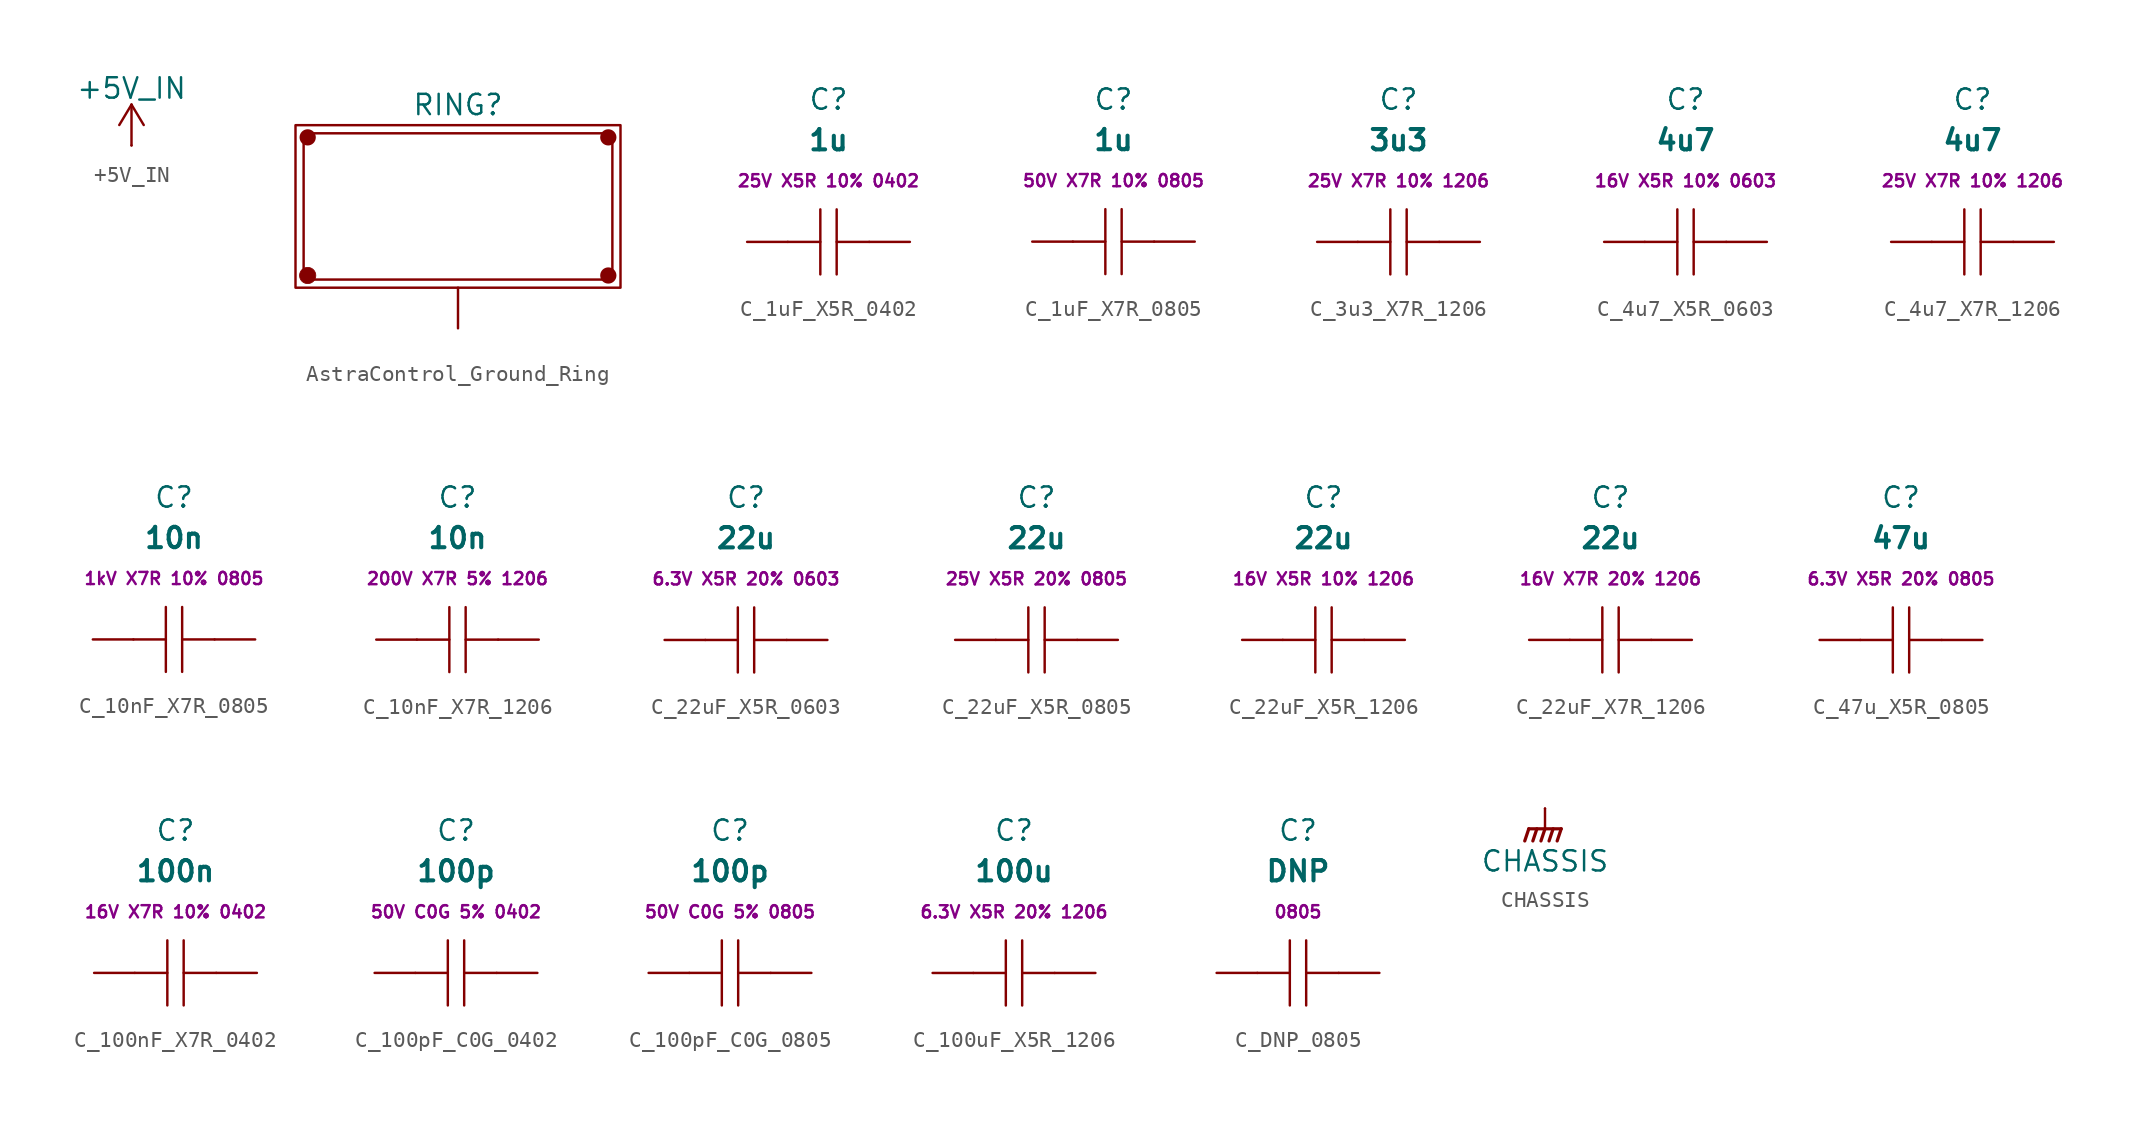
<source format=kicad_sym>
(kicad_symbol_lib
  (version 20231120)
  (generator "kicad_symbol_editor")
  (generator_version "8.0")
  (symbol "+5V_IN"
    (power)
    (pin_numbers hide)
    (pin_names
      (offset 0) hide)
    (property "Reference" "#PWR"
      (at 0 -3.81 0)
      (effects (font (size 1.27 1.27)) (hide yes)))
    (property "Value" "+5V_IN"
      (at 0 3.556 0)
      (effects (font (size 1.27 1.27))))
    (symbol "+5V_IN_0_1"
      (polyline (pts (xy -0.762 1.27) (xy 0 2.54)) (stroke (width 0) (type default)) (fill (type none)))
      (polyline (pts (xy 0 0) (xy 0 2.54)) (stroke (width 0) (type default)) (fill (type none)))
      (polyline (pts (xy 0 2.54) (xy 0.762 1.27)) (stroke (width 0) (type default)) (fill (type none))))
    (symbol "+5V_IN_1_1"
      (pin power_in line (at 0 0 90) (length 0) (name "~" (effects (font (size 1.27 1.27)))) (number "1" (effects (font (size 1.27 1.27)))))))
  (symbol "AstraControl_Ground_Ring"
    (pin_numbers hide)
    (pin_names hide)
    (property "Reference" "RING"
      (at 0 6.35 0)
      (effects (font (size 1.27 1.27))))
    (property "Value" ""
      (at 0 6.35 0)
      (effects (font (size 1.27 1.27))))
    (symbol "AstraControl_Ground_Ring_0_1"
      (rectangle (start -10.16 5.08) (end 10.16 -5.08) (stroke (width 0) (type default)) (fill (type none)))
      (rectangle (start -9.652 4.572) (end 9.652 -4.572) (stroke (width 0) (type default)) (fill (type none))))
    (symbol "AstraControl_Ground_Ring_1_1"
      (circle (center -9.398 -4.318) (radius 0.508) (stroke (width 0.051) (type default)) (fill (type outline)))
      (circle (center -9.398 4.318) (radius 0.508) (stroke (width -0.0001) (type default)) (fill (type outline)))
      (circle (center 9.398 -4.318) (radius 0.508) (stroke (width -0.0001) (type default)) (fill (type outline)))
      (circle (center 9.398 4.318) (radius 0.508) (stroke (width -0.0001) (type default)) (fill (type outline)))
      (pin passive line (at 0 -7.62 90) (length 2.54) (name "2" (effects (font (size 1.27 1.27)))) (number "1" (effects (font (size 1.27 1.27)))))))
  (symbol "C_1uF_X5R_0402"
    (pin_numbers hide)
    (pin_names hide)
    (property "Reference" "C"
      (at 0 8.89 0)
      (effects (font (size 1.27 1.27))))
    (property "Value" "1u"
      (at 0 6.35 0)
      (effects (font (size 1.27 1.27) (bold yes))))
    (property "Extra Values" "25V X5R 10% 0402"
      (at 0 3.81 0)
      (effects (font (size 0.762 0.762) (bold yes))))
    (symbol "C_1uF_X5R_0402_0_1"
      (polyline (pts (xy -0.51 -2.03) (xy -0.51 2.03)) (stroke (width 0) (type default)) (fill (type none)))
      (polyline (pts (xy -0.51 0) (xy -2.54 0)) (stroke (width 0) (type default)) (fill (type none)))
      (polyline (pts (xy 0.51 2.03) (xy 0.51 -2.03)) (stroke (width 0) (type default)) (fill (type none)))
      (polyline (pts (xy 2.54 0) (xy 0.51 0)) (stroke (width 0) (type default)) (fill (type none))))
    (symbol "C_1uF_X5R_0402_1_1"
      (pin passive line (at -5.08 0 0) (length 2.54) (name "1" (effects (font (size 1.27 1.27)))) (number "1" (effects (font (size 1.27 1.27)))))
      (pin passive line (at 5.08 0 180) (length 2.54) (name "2" (effects (font (size 1.27 1.27)))) (number "2" (effects (font (size 1.27 1.27)))))))
  (symbol "C_1uF_X7R_0805"
    (pin_numbers hide)
    (pin_names hide)
    (property "Reference" "C"
      (at 0 8.89 0)
      (effects (font (size 1.27 1.27))))
    (property "Value" "1u"
      (at 0 6.35 0)
      (effects (font (size 1.27 1.27) (bold yes))))
    (property "Extra Values" "50V X7R 10% 0805"
      (at 0 3.81 0)
      (effects (font (size 0.762 0.762))))
    (symbol "C_1uF_X7R_0805_0_1"
      (polyline (pts (xy -2.54 0) (xy -0.51 0)) (stroke (width 0) (type default)) (fill (type none)))
      (polyline (pts (xy -0.51 2.03) (xy -0.51 -2.03)) (stroke (width 0) (type default)) (fill (type none)))
      (polyline (pts (xy 0.51 0) (xy 2.54 0)) (stroke (width 0) (type default)) (fill (type none)))
      (polyline (pts (xy 0.51 2.03) (xy 0.51 -2.03)) (stroke (width 0) (type default)) (fill (type none))))
    (symbol "C_1uF_X7R_0805_1_1"
      (pin passive line (at -5.08 0 0) (length 2.54) (name "1" (effects (font (size 1.27 1.27)))) (number "1" (effects (font (size 1.27 1.27)))))
      (pin passive line (at 5.08 0 180) (length 2.54) (name "2" (effects (font (size 1.27 1.27)))) (number "2" (effects (font (size 1.27 1.27)))))))
  (symbol "C_3u3_X7R_1206"
    (pin_numbers hide)
    (pin_names hide)
    (property "Reference" "C"
      (at 0 8.89 0)
      (effects (font (size 1.27 1.27))))
    (property "Value" "3u3"
      (at 0 6.35 0)
      (effects (font (size 1.27 1.27) (bold yes))))
    (property "Extra Values" "25V X7R 10% 1206"
      (at 0 3.81 0)
      (effects (font (size 0.762 0.762) (bold yes))))
    (symbol "C_3u3_X7R_1206_0_1"
      (polyline (pts (xy -0.51 -2.03) (xy -0.51 2.03)) (stroke (width 0) (type default)) (fill (type none)))
      (polyline (pts (xy -0.51 0) (xy -2.54 0)) (stroke (width 0) (type default)) (fill (type none)))
      (polyline (pts (xy 0.51 2.03) (xy 0.51 -2.03)) (stroke (width 0) (type default)) (fill (type none)))
      (polyline (pts (xy 2.54 0) (xy 0.51 0)) (stroke (width 0) (type default)) (fill (type none))))
    (symbol "C_3u3_X7R_1206_1_1"
      (pin passive line (at -5.08 0 0) (length 2.54) (name "1" (effects (font (size 1.27 1.27)))) (number "1" (effects (font (size 1.27 1.27)))))
      (pin passive line (at 5.08 0 180) (length 2.54) (name "2" (effects (font (size 1.27 1.27)))) (number "2" (effects (font (size 1.27 1.27)))))))
  (symbol "C_4u7_X5R_0603"
    (pin_numbers hide)
    (pin_names hide)
    (property "Reference" "C"
      (at 0 8.89 0)
      (effects (font (size 1.27 1.27))))
    (property "Value" "4u7"
      (at 0 6.35 0)
      (effects (font (size 1.27 1.27) (bold yes))))
    (property "Extra Values" "16V X5R 10% 0603"
      (at 0 3.81 0)
      (effects (font (size 0.762 0.762) (bold yes))))
    (symbol "C_4u7_X5R_0603_0_1"
      (polyline (pts (xy -2.54 0) (xy -0.51 0)) (stroke (width 0) (type default)) (fill (type none)))
      (polyline (pts (xy -0.51 2.03) (xy -0.51 -2.03)) (stroke (width 0) (type default)) (fill (type none)))
      (polyline (pts (xy 0.51 0) (xy 2.54 0)) (stroke (width 0) (type default)) (fill (type none)))
      (polyline (pts (xy 0.51 2.03) (xy 0.51 -2.03)) (stroke (width 0) (type default)) (fill (type none))))
    (symbol "C_4u7_X5R_0603_1_1"
      (pin passive line (at -5.08 0 0) (length 2.54) (name "1" (effects (font (size 1.27 1.27)))) (number "1" (effects (font (size 1.27 1.27)))))
      (pin passive line (at 5.08 0 180) (length 2.54) (name "2" (effects (font (size 1.27 1.27)))) (number "2" (effects (font (size 1.27 1.27)))))))
  (symbol "C_4u7_X7R_1206"
    (pin_numbers hide)
    (pin_names hide)
    (property "Reference" "C"
      (at 0 8.89 0)
      (effects (font (size 1.27 1.27))))
    (property "Value" "4u7"
      (at 0 6.35 0)
      (effects (font (size 1.27 1.27) (bold yes))))
    (property "Extra Values" "25V X7R 10% 1206"
      (at 0 3.81 0)
      (effects (font (size 0.762 0.762) (bold yes))))
    (symbol "C_4u7_X7R_1206_0_1"
      (polyline (pts (xy -0.51 -2.03) (xy -0.51 2.03)) (stroke (width 0) (type default)) (fill (type none)))
      (polyline (pts (xy -0.51 0) (xy -2.54 0)) (stroke (width 0) (type default)) (fill (type none)))
      (polyline (pts (xy 0.51 2.03) (xy 0.51 -2.03)) (stroke (width 0) (type default)) (fill (type none)))
      (polyline (pts (xy 2.54 0) (xy 0.51 0)) (stroke (width 0) (type default)) (fill (type none))))
    (symbol "C_4u7_X7R_1206_1_1"
      (pin passive line (at -5.08 0 0) (length 2.54) (name "1" (effects (font (size 1.27 1.27)))) (number "1" (effects (font (size 1.27 1.27)))))
      (pin passive line (at 5.08 0 180) (length 2.54) (name "2" (effects (font (size 1.27 1.27)))) (number "2" (effects (font (size 1.27 1.27)))))))
  (symbol "C_10nF_X7R_0805"
    (pin_numbers hide)
    (pin_names hide)
    (property "Reference" "C"
      (at 0 8.89 0)
      (effects (font (size 1.27 1.27))))
    (property "Value" "10n"
      (at 0 6.35 0)
      (effects (font (size 1.27 1.27) (bold yes))))
    (property "Extra Values" "1kV X7R 10% 0805"
      (at 0 3.81 0)
      (effects (font (size 0.762 0.762) (bold yes))))
    (symbol "C_10nF_X7R_0805_0_1"
      (polyline (pts (xy -0.51 -2.03) (xy -0.51 2.03)) (stroke (width 0) (type default)) (fill (type none)))
      (polyline (pts (xy -0.51 0) (xy -2.54 0)) (stroke (width 0) (type default)) (fill (type none)))
      (polyline (pts (xy 0.51 2.03) (xy 0.51 -2.03)) (stroke (width 0) (type default)) (fill (type none)))
      (polyline (pts (xy 2.54 0) (xy 0.51 0)) (stroke (width 0) (type default)) (fill (type none))))
    (symbol "C_10nF_X7R_0805_1_1"
      (pin passive line (at -5.08 0 0) (length 2.54) (name "1" (effects (font (size 1.27 1.27)))) (number "1" (effects (font (size 1.27 1.27)))))
      (pin passive line (at 5.08 0 180) (length 2.54) (name "2" (effects (font (size 1.27 1.27)))) (number "2" (effects (font (size 1.27 1.27)))))))
  (symbol "C_10nF_X7R_1206"
    (pin_numbers hide)
    (pin_names hide)
    (property "Reference" "C"
      (at 0 8.89 0)
      (effects (font (size 1.27 1.27))))
    (property "Value" "10n"
      (at 0 6.35 0)
      (effects (font (size 1.27 1.27) (bold yes))))
    (property "Extra Value" "200V X7R 5% 1206"
      (at 0 3.81 0)
      (effects (font (size 0.762 0.762))))
    (symbol "C_10nF_X7R_1206_0_1"
      (polyline (pts (xy -0.51 -2.03) (xy -0.51 2.03)) (stroke (width 0) (type default)) (fill (type none)))
      (polyline (pts (xy -0.51 0) (xy -2.54 0)) (stroke (width 0) (type default)) (fill (type none)))
      (polyline (pts (xy 0.51 2.03) (xy 0.51 -2.03)) (stroke (width 0) (type default)) (fill (type none)))
      (polyline (pts (xy 2.54 0) (xy 0.51 0)) (stroke (width 0) (type default)) (fill (type none))))
    (symbol "C_10nF_X7R_1206_1_1"
      (pin passive line (at -5.08 0 0) (length 2.54) (name "1" (effects (font (size 1.27 1.27)))) (number "1" (effects (font (size 1.27 1.27)))))
      (pin passive line (at 5.08 0 180) (length 2.54) (name "2" (effects (font (size 1.27 1.27)))) (number "2" (effects (font (size 1.27 1.27)))))))
  (symbol "C_22uF_X5R_0603"
    (pin_numbers hide)
    (pin_names hide)
    (property "Reference" "C"
      (at 0 8.89 0)
      (effects (font (size 1.27 1.27))))
    (property "Value" "22u"
      (at 0 6.35 0)
      (effects (font (size 1.27 1.27) (bold yes))))
    (property "Extra Values" "6.3V X5R 20% 0603"
      (at 0 3.81 0)
      (effects (font (size 0.762 0.762) (bold yes))))
    (symbol "C_22uF_X5R_0603_0_1"
      (polyline (pts (xy -0.51 -2.03) (xy -0.51 2.03)) (stroke (width 0) (type default)) (fill (type none)))
      (polyline (pts (xy -0.51 0) (xy -2.54 0)) (stroke (width 0) (type default)) (fill (type none)))
      (polyline (pts (xy 0.51 2.03) (xy 0.51 -2.03)) (stroke (width 0) (type default)) (fill (type none)))
      (polyline (pts (xy 2.54 0) (xy 0.51 0)) (stroke (width 0) (type default)) (fill (type none))))
    (symbol "C_22uF_X5R_0603_1_1"
      (pin passive line (at -5.08 0 0) (length 2.54) (name "1" (effects (font (size 1.27 1.27)))) (number "1" (effects (font (size 1.27 1.27)))))
      (pin passive line (at 5.08 0 180) (length 2.54) (name "2" (effects (font (size 1.27 1.27)))) (number "2" (effects (font (size 1.27 1.27)))))))
  (symbol "C_22uF_X5R_0805"
    (pin_numbers hide)
    (pin_names hide)
    (property "Reference" "C"
      (at 0 8.89 0)
      (effects (font (size 1.27 1.27))))
    (property "Value" "22u"
      (at 0 6.35 0)
      (effects (font (size 1.27 1.27) (bold yes))))
    (property "Extra Values" "25V X5R 20% 0805"
      (at 0 3.81 0)
      (effects (font (size 0.762 0.762) (bold yes))))
    (symbol "C_22uF_X5R_0805_0_1"
      (polyline (pts (xy -0.51 -2.03) (xy -0.51 2.03)) (stroke (width 0) (type default)) (fill (type none)))
      (polyline (pts (xy -0.51 0) (xy -2.54 0)) (stroke (width 0) (type default)) (fill (type none)))
      (polyline (pts (xy 0.51 2.03) (xy 0.51 -2.03)) (stroke (width 0) (type default)) (fill (type none)))
      (polyline (pts (xy 2.54 0) (xy 0.51 0)) (stroke (width 0) (type default)) (fill (type none))))
    (symbol "C_22uF_X5R_0805_1_1"
      (pin passive line (at -5.08 0 0) (length 2.54) (name "1" (effects (font (size 1.27 1.27)))) (number "1" (effects (font (size 1.27 1.27)))))
      (pin passive line (at 5.08 0 180) (length 2.54) (name "2" (effects (font (size 1.27 1.27)))) (number "2" (effects (font (size 1.27 1.27)))))))
  (symbol "C_22uF_X5R_1206"
    (pin_numbers hide)
    (pin_names hide)
    (property "Reference" "C"
      (at 0 8.89 0)
      (effects (font (size 1.27 1.27))))
    (property "Value" "22u"
      (at 0 6.35 0)
      (effects (font (size 1.27 1.27) (bold yes))))
    (property "Extra Value" "16V X5R 10% 1206"
      (at 0 3.81 0)
      (effects (font (size 0.762 0.762) (bold yes))))
    (symbol "C_22uF_X5R_1206_0_1"
      (polyline (pts (xy -0.51 -2.03) (xy -0.51 2.03)) (stroke (width 0) (type default)) (fill (type none)))
      (polyline (pts (xy -0.51 0) (xy -2.54 0)) (stroke (width 0) (type default)) (fill (type none)))
      (polyline (pts (xy 0.51 2.03) (xy 0.51 -2.03)) (stroke (width 0) (type default)) (fill (type none)))
      (polyline (pts (xy 2.54 0) (xy 0.51 0)) (stroke (width 0) (type default)) (fill (type none))))
    (symbol "C_22uF_X5R_1206_1_1"
      (pin passive line (at -5.08 0 0) (length 2.54) (name "1" (effects (font (size 1.27 1.27)))) (number "1" (effects (font (size 1.27 1.27)))))
      (pin passive line (at 5.08 0 180) (length 2.54) (name "2" (effects (font (size 1.27 1.27)))) (number "2" (effects (font (size 1.27 1.27)))))))
  (symbol "C_22uF_X7R_1206"
    (pin_numbers hide)
    (pin_names hide)
    (property "Reference" "C"
      (at 0 8.89 0)
      (effects (font (size 1.27 1.27))))
    (property "Value" "22u"
      (at 0 6.35 0)
      (effects (font (size 1.27 1.27) (bold yes))))
    (property "Extra Values" "16V X7R 20% 1206"
      (at 0 3.81 0)
      (effects (font (size 0.762 0.762) (bold yes))))
    (symbol "C_22uF_X7R_1206_0_1"
      (polyline (pts (xy -0.51 -2.03) (xy -0.51 2.03)) (stroke (width 0) (type default)) (fill (type none)))
      (polyline (pts (xy -0.51 0) (xy -2.54 0)) (stroke (width 0) (type default)) (fill (type none)))
      (polyline (pts (xy 0.51 2.03) (xy 0.51 -2.03)) (stroke (width 0) (type default)) (fill (type none)))
      (polyline (pts (xy 2.54 0) (xy 0.51 0)) (stroke (width 0) (type default)) (fill (type none))))
    (symbol "C_22uF_X7R_1206_1_1"
      (pin passive line (at -5.08 0 0) (length 2.54) (name "1" (effects (font (size 1.27 1.27)))) (number "1" (effects (font (size 1.27 1.27)))))
      (pin passive line (at 5.08 0 180) (length 2.54) (name "2" (effects (font (size 1.27 1.27)))) (number "2" (effects (font (size 1.27 1.27)))))))
  (symbol "C_47u_X5R_0805"
    (pin_numbers hide)
    (pin_names hide)
    (property "Reference" "C"
      (at 0 8.89 0)
      (effects (font (size 1.27 1.27))))
    (property "Value" "47u"
      (at 0 6.35 0)
      (effects (font (size 1.27 1.27) (bold yes))))
    (property "Extra Values" "6.3V X5R 20% 0805"
      (at 0 3.81 0)
      (effects (font (size 0.762 0.762) (bold yes))))
    (symbol "C_47u_X5R_0805_0_1"
      (polyline (pts (xy -2.54 0) (xy -0.51 0)) (stroke (width 0) (type default)) (fill (type none)))
      (polyline (pts (xy -0.51 2.03) (xy -0.51 -2.03)) (stroke (width 0) (type default)) (fill (type none)))
      (polyline (pts (xy 0.51 0) (xy 2.54 0)) (stroke (width 0) (type default)) (fill (type none)))
      (polyline (pts (xy 0.51 2.03) (xy 0.51 -2.03)) (stroke (width 0) (type default)) (fill (type none))))
    (symbol "C_47u_X5R_0805_1_1"
      (pin passive line (at -5.08 0 0) (length 2.54) (name "1" (effects (font (size 1.27 1.27)))) (number "1" (effects (font (size 1.27 1.27)))))
      (pin passive line (at 5.08 0 180) (length 2.54) (name "2" (effects (font (size 1.27 1.27)))) (number "2" (effects (font (size 1.27 1.27)))))))
  (symbol "C_100nF_X7R_0402"
    (pin_numbers hide)
    (pin_names hide)
    (property "Reference" "C"
      (at 0 8.89 0)
      (effects (font (size 1.27 1.27))))
    (property "Value" "100n"
      (at 0 6.35 0)
      (effects (font (size 1.27 1.27) (bold yes))))
    (property "Extra Values" "16V X7R 10% 0402"
      (at 0 3.81 0)
      (effects (font (size 0.762 0.762) (bold yes))))
    (symbol "C_100nF_X7R_0402_0_1"
      (polyline (pts (xy -2.54 0) (xy -0.51 0)) (stroke (width 0) (type default)) (fill (type none)))
      (polyline (pts (xy -0.51 2.03) (xy -0.51 -2.03)) (stroke (width 0) (type default)) (fill (type none)))
      (polyline (pts (xy 0.51 0) (xy 2.54 0)) (stroke (width 0) (type default)) (fill (type none)))
      (polyline (pts (xy 0.51 2.03) (xy 0.51 -2.03)) (stroke (width 0) (type default)) (fill (type none))))
    (symbol "C_100nF_X7R_0402_1_1"
      (pin passive line (at -5.08 0 0) (length 2.54) (name "1" (effects (font (size 1.27 1.27)))) (number "1" (effects (font (size 1.27 1.27)))))
      (pin passive line (at 5.08 0 180) (length 2.54) (name "2" (effects (font (size 1.27 1.27)))) (number "2" (effects (font (size 1.27 1.27)))))))
  (symbol "C_100pF_C0G_0402"
    (pin_numbers hide)
    (pin_names hide)
    (property "Reference" "C"
      (at 0 8.89 0)
      (effects (font (size 1.27 1.27))))
    (property "Value" "100p"
      (at 0 6.35 0)
      (effects (font (size 1.27 1.27) (bold yes))))
    (property "Extra Values" "50V C0G 5% 0402"
      (at 0 3.81 0)
      (effects (font (size 0.762 0.762) (bold yes))))
    (symbol "C_100pF_C0G_0402_0_1"
      (polyline (pts (xy -2.54 0) (xy -0.51 0)) (stroke (width 0) (type default)) (fill (type none)))
      (polyline (pts (xy -0.51 2.03) (xy -0.51 -2.03)) (stroke (width 0) (type default)) (fill (type none)))
      (polyline (pts (xy 0.51 0) (xy 2.54 0)) (stroke (width 0) (type default)) (fill (type none)))
      (polyline (pts (xy 0.51 2.03) (xy 0.51 -2.03)) (stroke (width 0) (type default)) (fill (type none))))
    (symbol "C_100pF_C0G_0402_1_1"
      (pin passive line (at -5.08 0 0) (length 2.54) (name "1" (effects (font (size 1.27 1.27)))) (number "1" (effects (font (size 1.27 1.27)))))
      (pin passive line (at 5.08 0 180) (length 2.54) (name "2" (effects (font (size 1.27 1.27)))) (number "2" (effects (font (size 1.27 1.27)))))))
  (symbol "C_100pF_C0G_0805"
    (pin_numbers hide)
    (pin_names hide)
    (property "Reference" "C"
      (at 0 8.89 0)
      (effects (font (size 1.27 1.27))))
    (property "Value" "100p"
      (at 0 6.35 0)
      (effects (font (size 1.27 1.27) (bold yes))))
    (property "Extra Values" "50V C0G 5% 0805"
      (at 0 3.81 0)
      (effects (font (size 0.762 0.762) (bold yes))))
    (symbol "C_100pF_C0G_0805_0_1"
      (polyline (pts (xy -2.54 0) (xy -0.51 0)) (stroke (width 0) (type default)) (fill (type none)))
      (polyline (pts (xy -0.51 2.03) (xy -0.51 -2.03)) (stroke (width 0) (type default)) (fill (type none)))
      (polyline (pts (xy 0.51 0) (xy 2.54 0)) (stroke (width 0) (type default)) (fill (type none)))
      (polyline (pts (xy 0.51 2.03) (xy 0.51 -2.03)) (stroke (width 0) (type default)) (fill (type none))))
    (symbol "C_100pF_C0G_0805_1_1"
      (pin passive line (at -5.08 0 0) (length 2.54) (name "1" (effects (font (size 1.27 1.27)))) (number "1" (effects (font (size 1.27 1.27)))))
      (pin passive line (at 5.08 0 180) (length 2.54) (name "2" (effects (font (size 1.27 1.27)))) (number "2" (effects (font (size 1.27 1.27)))))))
  (symbol "C_100uF_X5R_1206"
    (pin_numbers hide)
    (pin_names hide)
    (property "Reference" "C"
      (at 0 8.89 0)
      (effects (font (size 1.27 1.27))))
    (property "Value" "100u"
      (at 0 6.35 0)
      (effects (font (size 1.27 1.27) (bold yes))))
    (property "Extra Values" "6.3V X5R 20% 1206"
      (at 0 3.81 0)
      (effects (font (size 0.762 0.762) (bold yes))))
    (symbol "C_100uF_X5R_1206_0_1"
      (polyline (pts (xy -2.54 0) (xy -0.51 0)) (stroke (width 0) (type default)) (fill (type none)))
      (polyline (pts (xy -0.51 2.03) (xy -0.51 -2.03)) (stroke (width 0) (type default)) (fill (type none)))
      (polyline (pts (xy 0.51 0) (xy 2.54 0)) (stroke (width 0) (type default)) (fill (type none)))
      (polyline (pts (xy 0.51 2.03) (xy 0.51 -2.03)) (stroke (width 0) (type default)) (fill (type none))))
    (symbol "C_100uF_X5R_1206_1_1"
      (pin passive line (at -5.08 0 0) (length 2.54) (name "1" (effects (font (size 1.27 1.27)))) (number "1" (effects (font (size 1.27 1.27)))))
      (pin passive line (at 5.08 0 180) (length 2.54) (name "2" (effects (font (size 1.27 1.27)))) (number "2" (effects (font (size 1.27 1.27)))))))
  (symbol "C_DNP_0805"
    (pin_numbers hide)
    (pin_names hide)
    (property "Reference" "C"
      (at 0 8.89 0)
      (effects (font (size 1.27 1.27))))
    (property "Value" "DNP"
      (at 0 6.35 0)
      (effects (font (size 1.27 1.27) (bold yes))))
    (property "Extra Values" "0805"
      (at 0 3.81 0)
      (effects (font (size 0.762 0.762) (bold yes))))
    (symbol "C_DNP_0805_0_1"
      (polyline (pts (xy -2.54 0) (xy -0.51 0)) (stroke (width 0) (type default)) (fill (type none)))
      (polyline (pts (xy -0.51 2.03) (xy -0.51 -2.03)) (stroke (width 0) (type default)) (fill (type none)))
      (polyline (pts (xy 0.51 0) (xy 2.54 0)) (stroke (width 0) (type default)) (fill (type none)))
      (polyline (pts (xy 0.51 2.03) (xy 0.51 -2.03)) (stroke (width 0) (type default)) (fill (type none))))
    (symbol "C_DNP_0805_1_1"
      (pin passive line (at -5.08 0 0) (length 2.54) (name "1" (effects (font (size 1.27 1.27)))) (number "1" (effects (font (size 1.27 1.27)))))
      (pin passive line (at 5.08 0 180) (length 2.54) (name "2" (effects (font (size 1.27 1.27)))) (number "2" (effects (font (size 1.27 1.27)))))))
  (symbol "CHASSIS"
    (power)
    (pin_numbers hide)
    (pin_names
      (offset 0) hide)
    (property "Reference" "#PWR"
      (at 0 -5.08 0)
      (effects (font (size 1.27 1.27)) (hide yes)))
    (property "Value" "CHASSIS"
      (at 0 -3.302 0)
      (effects (font (size 1.27 1.27))))
    (symbol "CHASSIS_0_1"
      (polyline (pts (xy 0 -1.27) (xy 0 0)) (stroke (width 0) (type default)) (fill (type none)))
      (polyline (pts (xy -1.016 -1.27) (xy -1.27 -2.032) (xy -1.27 -2.032)) (stroke (width 0.203) (type default)) (fill (type none)))
      (polyline (pts (xy -0.508 -1.27) (xy -0.762 -2.032) (xy -0.762 -2.032)) (stroke (width 0.203) (type default)) (fill (type none)))
      (polyline (pts (xy 0 -1.27) (xy -0.254 -2.032) (xy -0.254 -2.032)) (stroke (width 0.203) (type default)) (fill (type none)))
      (polyline (pts (xy 0.508 -1.27) (xy 0.254 -2.032) (xy 0.254 -2.032)) (stroke (width 0.203) (type default)) (fill (type none)))
      (polyline (pts (xy 1.016 -1.27) (xy -1.016 -1.27) (xy -1.016 -1.27)) (stroke (width 0.203) (type default)) (fill (type none)))
      (polyline (pts (xy 1.016 -1.27) (xy 0.762 -2.032) (xy 0.762 -2.032) (xy 0.762 -2.032)) (stroke (width 0.203) (type default)) (fill (type none))))
    (symbol "CHASSIS_1_1"
      (pin power_in line (at 0 0 270) (length 0) (name "~" (effects (font (size 1.27 1.27)))) (number "1" (effects (font (size 1.27 1.27))))))))
</source>
